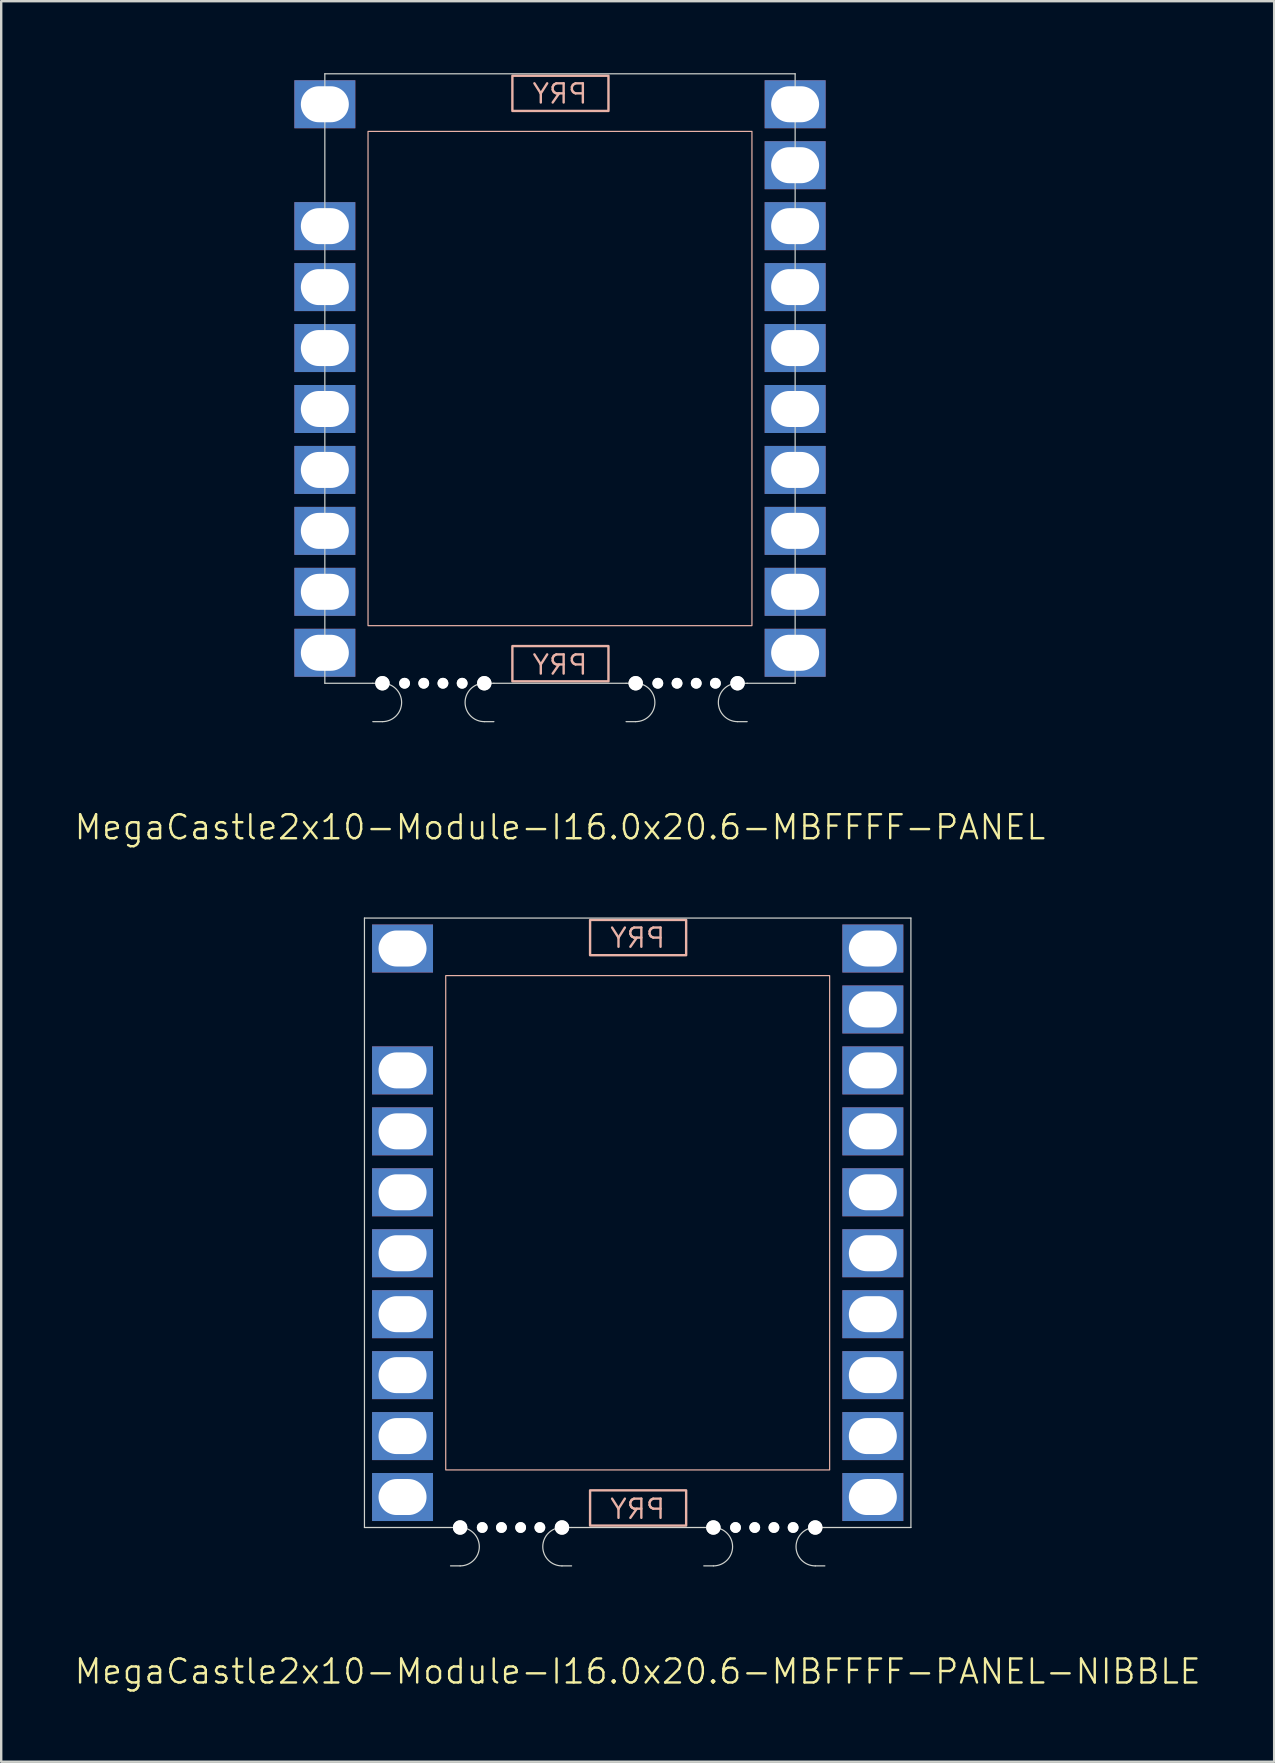
<source format=kicad_pcb>
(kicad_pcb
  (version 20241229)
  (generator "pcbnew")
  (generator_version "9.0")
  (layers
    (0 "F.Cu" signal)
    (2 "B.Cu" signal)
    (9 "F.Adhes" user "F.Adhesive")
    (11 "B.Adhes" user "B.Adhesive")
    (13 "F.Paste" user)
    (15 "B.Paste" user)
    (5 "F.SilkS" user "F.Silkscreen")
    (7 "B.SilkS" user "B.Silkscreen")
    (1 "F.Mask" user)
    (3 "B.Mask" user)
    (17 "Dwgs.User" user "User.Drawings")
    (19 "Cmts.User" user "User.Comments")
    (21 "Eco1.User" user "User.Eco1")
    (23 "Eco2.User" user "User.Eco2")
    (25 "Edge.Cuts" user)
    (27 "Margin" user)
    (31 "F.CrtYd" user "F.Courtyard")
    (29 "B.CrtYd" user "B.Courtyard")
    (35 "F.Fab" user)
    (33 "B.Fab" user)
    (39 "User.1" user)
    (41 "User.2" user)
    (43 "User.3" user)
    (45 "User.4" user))
  (footprint "MegaCastle2x10-Module-I16.0x20.6-MBFFFF-PANEL"
    (layer "F.Cu")
    (at 20.288 12.725)
    (property "Reference" "MegaCastle2x10-Module-I16.0x20.6-MBFFFF-PANEL" (at 0 18.7 0) (unlocked yes) (layer "F.SilkS") (effects (font (size 1 1) (thickness 0.1))))
    (attr smd)
    (fp_rect (start -8 10.3) (end 8 -10.3) (stroke (width 0.05) (type default)) (fill no) (layer "B.SilkS"))
    (fp_rect (start -1.984 -11.151) (end 2.02 -12.62) (stroke (width 0.1) (type default)) (fill no) (layer "B.SilkS"))
    (fp_rect (start -1.984 11.151) (end 2.02 12.62) (stroke (width 0.1) (type default)) (fill no) (layer "B.SilkS"))
    (fp_line (start -9.8 -12.7) (end -9.8 12.7) (stroke (width 0.05) (type default)) (layer "Edge.Cuts"))
    (fp_line (start -9.8 -12.7) (end 9.8 -12.7) (stroke (width 0.05) (type default)) (layer "Edge.Cuts"))
    (fp_line (start -9.8 12.7) (end -7.8 12.7) (stroke (width 0.05) (type default)) (layer "Edge.Cuts"))
    (fp_line (start -7.8 12.7) (end -7.4 12.7) (stroke (width 0.05) (type default)) (layer "Edge.Cuts"))
    (fp_line (start -7.8 14.3) (end -7.4 14.3) (stroke (width 0.05) (type default)) (layer "Edge.Cuts"))
    (fp_line (start -2.755 12.7) (end -3.155 12.7) (stroke (width 0.05) (type default)) (layer "Edge.Cuts"))
    (fp_line (start -2.755 12.7) (end 2.755 12.7) (stroke (width 0.05) (type default)) (layer "Edge.Cuts"))
    (fp_line (start -2.755 14.3) (end -3.155 14.3) (stroke (width 0.05) (type default)) (layer "Edge.Cuts"))
    (fp_line (start 2.755 12.7) (end 3.155 12.7) (stroke (width 0.05) (type default)) (layer "Edge.Cuts"))
    (fp_line (start 2.755 14.3) (end 3.155 14.3) (stroke (width 0.05) (type default)) (layer "Edge.Cuts"))
    (fp_line (start 7.8 12.7) (end 7.4 12.7) (stroke (width 0.05) (type default)) (layer "Edge.Cuts"))
    (fp_line (start 7.8 12.7) (end 9.8 12.7) (stroke (width 0.05) (type default)) (layer "Edge.Cuts"))
    (fp_line (start 7.8 14.3) (end 7.4 14.3) (stroke (width 0.05) (type default)) (layer "Edge.Cuts"))
    (fp_line (start 9.8 -12.7) (end 9.8 12.7) (stroke (width 0.05) (type default)) (layer "Edge.Cuts"))
    (fp_arc (start -7.4 12.7) (mid -6.6 13.5) (end -7.4 14.3) (stroke (width 0.05) (type default)) (layer "Edge.Cuts"))
    (fp_arc (start -3.155 14.3) (mid -3.955 13.5) (end -3.155 12.7) (stroke (width 0.05) (type default)) (layer "Edge.Cuts"))
    (fp_arc (start 3.155 12.7) (mid 3.955 13.5) (end 3.155 14.3) (stroke (width 0.05) (type default)) (layer "Edge.Cuts"))
    (fp_arc (start 7.400001 14.3) (mid 6.6 13.5) (end 7.400001 12.7) (stroke (width 0.05) (type default)) (layer "Edge.Cuts"))
    (fp_text user "PRY" (at 0 12.4 0) (unlocked yes) (layer "B.SilkS") (effects (font (size 0.8 0.8) (thickness 0.1)) (justify bottom mirror)))
    (fp_text user "PRY" (at 0 -11.4 0) (unlocked yes) (layer "B.SilkS") (effects (font (size 0.8 0.8) (thickness 0.1)) (justify bottom mirror)))
    (pad "" np_thru_hole circle (at -7.4 12.7) (size 0.6 0.6) (drill 0.6) (layers "*.Cu" "Edge.Cuts"))
    (pad "" np_thru_hole circle (at -6.478 12.7) (size 0.45 0.45) (drill 0.45) (layers "*.Cu" "Edge.Cuts"))
    (pad "" np_thru_hole circle (at -5.678 12.7) (size 0.45 0.45) (drill 0.45) (layers "*.Cu" "Edge.Cuts"))
    (pad "" np_thru_hole circle (at -4.878 12.7) (size 0.45 0.45) (drill 0.45) (layers "*.Cu" "Edge.Cuts"))
    (pad "" np_thru_hole circle (at -4.077 12.7) (size 0.45 0.45) (drill 0.45) (layers "*.Cu" "Edge.Cuts"))
    (pad "" np_thru_hole circle (at -3.155 12.7) (size 0.6 0.6) (drill 0.6) (layers "*.Cu" "Edge.Cuts"))
    (pad "" np_thru_hole circle (at 3.155 12.7) (size 0.6 0.6) (drill 0.6) (layers "*.Cu" "Edge.Cuts"))
    (pad "" np_thru_hole circle (at 4.077 12.7) (size 0.45 0.45) (drill 0.45) (layers "*.Cu" "Edge.Cuts"))
    (pad "" np_thru_hole circle (at 4.878 12.7) (size 0.45 0.45) (drill 0.45) (layers "*.Cu" "Edge.Cuts"))
    (pad "" np_thru_hole circle (at 5.678 12.7) (size 0.45 0.45) (drill 0.45) (layers "*.Cu" "Edge.Cuts"))
    (pad "" np_thru_hole circle (at 6.478 12.7) (size 0.45 0.45) (drill 0.45) (layers "*.Cu" "Edge.Cuts"))
    (pad "" np_thru_hole circle (at 7.4 12.7) (size 0.6 0.6) (drill 0.6) (layers "*.Cu" "Edge.Cuts"))
    (pad "1" thru_hole rect (at -9.8 -11.43) (size 2.54 2) (drill oval 2 1.5) (property pad_prop_castellated) (layers "*.Cu" "*.Mask"))
    (pad "3" thru_hole rect (at -9.8 -6.35) (size 2.54 2) (drill oval 2 1.5) (property pad_prop_castellated) (layers "*.Cu" "*.Mask"))
    (pad "4" thru_hole rect (at -9.8 -3.81) (size 2.54 2) (drill oval 2 1.5) (property pad_prop_castellated) (layers "*.Cu" "*.Mask"))
    (pad "5" thru_hole rect (at -9.8 -1.27) (size 2.54 2) (drill oval 2 1.5) (property pad_prop_castellated) (layers "*.Cu" "*.Mask"))
    (pad "6" thru_hole rect (at -9.8 1.27) (size 2.54 2) (drill oval 2 1.5) (property pad_prop_castellated) (layers "*.Cu" "*.Mask"))
    (pad "7" thru_hole rect (at -9.8 3.81) (size 2.54 2) (drill oval 2 1.5) (property pad_prop_castellated) (layers "*.Cu" "*.Mask"))
    (pad "8" thru_hole rect (at -9.8 6.35) (size 2.54 2) (drill oval 2 1.5) (property pad_prop_castellated) (layers "*.Cu" "*.Mask"))
    (pad "9" thru_hole rect (at -9.8 8.89) (size 2.54 2) (drill oval 2 1.5) (property pad_prop_castellated) (layers "*.Cu" "*.Mask"))
    (pad "10" thru_hole rect (at -9.8 11.43) (size 2.54 2) (drill oval 2 1.5) (property pad_prop_castellated) (layers "*.Cu" "*.Mask"))
    (pad "11" thru_hole rect (at 9.8 -11.43) (size 2.54 2) (drill oval 2 1.5) (property pad_prop_castellated) (layers "*.Cu" "*.Mask"))
    (pad "12" thru_hole rect (at 9.8 -8.89) (size 2.54 2) (drill oval 2 1.5) (property pad_prop_castellated) (layers "*.Cu" "*.Mask"))
    (pad "13" thru_hole rect (at 9.8 -6.35) (size 2.54 2) (drill oval 2 1.5) (property pad_prop_castellated) (layers "*.Cu" "*.Mask"))
    (pad "14" thru_hole rect (at 9.8 -3.81) (size 2.54 2) (drill oval 2 1.5) (property pad_prop_castellated) (layers "*.Cu" "*.Mask"))
    (pad "15" thru_hole rect (at 9.8 -1.27) (size 2.54 2) (drill oval 2 1.5) (property pad_prop_castellated) (layers "*.Cu" "*.Mask"))
    (pad "16" thru_hole rect (at 9.8 1.27) (size 2.54 2) (drill oval 2 1.5) (property pad_prop_castellated) (layers "*.Cu" "*.Mask"))
    (pad "17" thru_hole rect (at 9.8 3.81) (size 2.54 2) (drill oval 2 1.5) (property pad_prop_castellated) (layers "*.Cu" "*.Mask"))
    (pad "18" thru_hole rect (at 9.8 6.35) (size 2.54 2) (drill oval 2 1.5) (property pad_prop_castellated) (layers "*.Cu" "*.Mask"))
    (pad "19" thru_hole rect (at 9.8 8.89) (size 2.54 2) (drill oval 2 1.5) (property pad_prop_castellated) (layers "*.Cu" "*.Mask"))
    (pad "20" thru_hole rect (at 9.8 11.43) (size 2.54 2) (drill oval 2 1.5) (property pad_prop_castellated) (layers "*.Cu" "*.Mask"))
    (zone (net_name "") (layer "B.Cu") (hatch edge 0.5) (connect_pads) (min_thickness 0.25) (filled_areas_thickness no) (keepout (tracks allowed) (vias allowed) (pads allowed) (copperpour allowed) (footprints not_allowed)) (placement (enabled no)) (fill) (polygon (pts (xy 10.488 25.425) (xy 10.488 0.025) (xy 12.288 0.025) (xy 12.288 25.425))))
    (zone (net_name "") (layer "B.Cu") (hatch edge 0.5) (connect_pads) (min_thickness 0.25) (filled_areas_thickness no) (keepout (tracks allowed) (vias allowed) (pads allowed) (copperpour allowed) (footprints not_allowed)) (placement (enabled no)) (fill) (polygon (pts (xy 12.288 0.025) (xy 12.288 2.425) (xy 28.288 2.425) (xy 28.288 0.025))))
    (zone (net_name "") (layer "B.Cu") (hatch edge 0.5) (connect_pads) (min_thickness 0.25) (filled_areas_thickness no) (keepout (tracks allowed) (vias allowed) (pads allowed) (copperpour allowed) (footprints not_allowed)) (placement (enabled no)) (fill) (polygon (pts (xy 12.288 25.425) (xy 12.288 23.025) (xy 28.288 23.025) (xy 28.288 25.425))))
    (zone (net_name "") (layer "B.Cu") (name "Upper Pry Zone") (hatch edge 0.5) (connect_pads) (min_thickness 0.25) (filled_areas_thickness no) (keepout (tracks not_allowed) (vias not_allowed) (pads not_allowed) (copperpour allowed) (footprints not_allowed)) (placement (enabled no)) (fill) (polygon (pts (xy 18.304 1.574) (xy 18.304 0.105) (xy 22.308 0.105) (xy 22.308 1.574))))
    (zone (net_name "") (layer "B.Cu") (name "Upper Pry Zone") (hatch edge 0.5) (connect_pads) (min_thickness 0.25) (filled_areas_thickness no) (keepout (tracks not_allowed) (vias not_allowed) (pads not_allowed) (copperpour allowed) (footprints not_allowed)) (placement (enabled no)) (fill) (polygon (pts (xy 18.304 23.876) (xy 18.304 25.345) (xy 22.308 25.345) (xy 22.308 23.876))))
    (zone (net_name "") (layer "B.Cu") (hatch edge 0.5) (connect_pads) (min_thickness 0.25) (filled_areas_thickness no) (keepout (tracks allowed) (vias allowed) (pads allowed) (copperpour allowed) (footprints not_allowed)) (placement (enabled no)) (fill) (polygon (pts (xy 30.088 25.425) (xy 30.088 0.025) (xy 28.288 0.025) (xy 28.288 25.425)))))
  (footprint "MegaCastle2x10-Module-I16.0x20.6-MBFFFF-PANEL-NIBBLE"
    (layer "F.Cu")
    (at 23.526 47.91)
    (property "Reference" "MegaCastle2x10-Module-I16.0x20.6-MBFFFF-PANEL-NIBBLE" (at 0 18.7 0) (unlocked yes) (layer "F.SilkS") (effects (font (size 1 1) (thickness 0.1))))
    (attr smd)
    (fp_rect (start -8 10.3) (end 8 -10.3) (stroke (width 0.05) (type default)) (fill no) (layer "B.SilkS"))
    (fp_rect (start -1.984 -11.151) (end 2.02 -12.62) (stroke (width 0.1) (type default)) (fill no) (layer "B.SilkS"))
    (fp_rect (start -1.984 11.151) (end 2.02 12.62) (stroke (width 0.1) (type default)) (fill no) (layer "B.SilkS"))
    (fp_line (start -11.387 -12.7) (end -11.387 12.7) (stroke (width 0.05) (type default)) (layer "Edge.Cuts"))
    (fp_line (start -11.387 -12.7) (end 11.387 -12.7) (stroke (width 0.05) (type default)) (layer "Edge.Cuts"))
    (fp_line (start -11.387 12.7) (end -7.8 12.7) (stroke (width 0.05) (type default)) (layer "Edge.Cuts"))
    (fp_line (start -7.8 12.7) (end -7.4 12.7) (stroke (width 0.05) (type default)) (layer "Edge.Cuts"))
    (fp_line (start -7.8 14.3) (end -7.4 14.3) (stroke (width 0.05) (type default)) (layer "Edge.Cuts"))
    (fp_line (start -2.755 12.7) (end -3.155 12.7) (stroke (width 0.05) (type default)) (layer "Edge.Cuts"))
    (fp_line (start -2.755 12.7) (end 2.755 12.7) (stroke (width 0.05) (type default)) (layer "Edge.Cuts"))
    (fp_line (start -2.755 14.3) (end -3.155 14.3) (stroke (width 0.05) (type default)) (layer "Edge.Cuts"))
    (fp_line (start 2.755 12.7) (end 3.155 12.7) (stroke (width 0.05) (type default)) (layer "Edge.Cuts"))
    (fp_line (start 2.755 14.3) (end 3.155 14.3) (stroke (width 0.05) (type default)) (layer "Edge.Cuts"))
    (fp_line (start 7.8 12.7) (end 7.4 12.7) (stroke (width 0.05) (type default)) (layer "Edge.Cuts"))
    (fp_line (start 7.8 12.7) (end 11.387 12.7) (stroke (width 0.05) (type default)) (layer "Edge.Cuts"))
    (fp_line (start 7.8 14.3) (end 7.4 14.3) (stroke (width 0.05) (type default)) (layer "Edge.Cuts"))
    (fp_line (start 11.387 -12.7) (end 11.387 12.7) (stroke (width 0.05) (type default)) (layer "Edge.Cuts"))
    (fp_arc (start -7.4 12.7) (mid -6.6 13.5) (end -7.4 14.3) (stroke (width 0.05) (type default)) (layer "Edge.Cuts"))
    (fp_arc (start -3.155 14.3) (mid -3.955 13.5) (end -3.155 12.7) (stroke (width 0.05) (type default)) (layer "Edge.Cuts"))
    (fp_arc (start 3.155 12.7) (mid 3.955 13.5) (end 3.155 14.3) (stroke (width 0.05) (type default)) (layer "Edge.Cuts"))
    (fp_arc (start 7.400001 14.3) (mid 6.6 13.5) (end 7.400001 12.7) (stroke (width 0.05) (type default)) (layer "Edge.Cuts"))
    (fp_text user "PRY" (at 0 12.4 0) (unlocked yes) (layer "B.SilkS") (effects (font (size 0.8 0.8) (thickness 0.1)) (justify bottom mirror)))
    (fp_text user "PRY" (at 0 -11.4 0) (unlocked yes) (layer "B.SilkS") (effects (font (size 0.8 0.8) (thickness 0.1)) (justify bottom mirror)))
    (pad "" np_thru_hole circle (at -7.4 12.7) (size 0.6 0.6) (drill 0.6) (layers "*.Cu" "Edge.Cuts"))
    (pad "" np_thru_hole circle (at -6.478 12.7) (size 0.45 0.45) (drill 0.45) (layers "*.Cu" "Edge.Cuts"))
    (pad "" np_thru_hole circle (at -5.678 12.7) (size 0.45 0.45) (drill 0.45) (layers "*.Cu" "Edge.Cuts"))
    (pad "" np_thru_hole circle (at -4.878 12.7) (size 0.45 0.45) (drill 0.45) (layers "*.Cu" "Edge.Cuts"))
    (pad "" np_thru_hole circle (at -4.077 12.7) (size 0.45 0.45) (drill 0.45) (layers "*.Cu" "Edge.Cuts"))
    (pad "" np_thru_hole circle (at -3.155 12.7) (size 0.6 0.6) (drill 0.6) (layers "*.Cu" "Edge.Cuts"))
    (pad "" np_thru_hole circle (at 3.155 12.7) (size 0.6 0.6) (drill 0.6) (layers "*.Cu" "Edge.Cuts"))
    (pad "" np_thru_hole circle (at 4.077 12.7) (size 0.45 0.45) (drill 0.45) (layers "*.Cu" "Edge.Cuts"))
    (pad "" np_thru_hole circle (at 4.878 12.7) (size 0.45 0.45) (drill 0.45) (layers "*.Cu" "Edge.Cuts"))
    (pad "" np_thru_hole circle (at 5.678 12.7) (size 0.45 0.45) (drill 0.45) (layers "*.Cu" "Edge.Cuts"))
    (pad "" np_thru_hole circle (at 6.478 12.7) (size 0.45 0.45) (drill 0.45) (layers "*.Cu" "Edge.Cuts"))
    (pad "" np_thru_hole circle (at 7.4 12.7) (size 0.6 0.6) (drill 0.6) (layers "*.Cu" "Edge.Cuts"))
    (pad "1" thru_hole rect (at -9.8 -11.43) (size 2.54 2) (drill oval 2 1.5) (property pad_prop_castellated) (layers "*.Cu" "*.Mask"))
    (pad "3" thru_hole rect (at -9.8 -6.35) (size 2.54 2) (drill oval 2 1.5) (property pad_prop_castellated) (layers "*.Cu" "*.Mask"))
    (pad "4" thru_hole rect (at -9.8 -3.81) (size 2.54 2) (drill oval 2 1.5) (property pad_prop_castellated) (layers "*.Cu" "*.Mask"))
    (pad "5" thru_hole rect (at -9.8 -1.27) (size 2.54 2) (drill oval 2 1.5) (property pad_prop_castellated) (layers "*.Cu" "*.Mask"))
    (pad "6" thru_hole rect (at -9.8 1.27) (size 2.54 2) (drill oval 2 1.5) (property pad_prop_castellated) (layers "*.Cu" "*.Mask"))
    (pad "7" thru_hole rect (at -9.8 3.81) (size 2.54 2) (drill oval 2 1.5) (property pad_prop_castellated) (layers "*.Cu" "*.Mask"))
    (pad "8" thru_hole rect (at -9.8 6.35) (size 2.54 2) (drill oval 2 1.5) (property pad_prop_castellated) (layers "*.Cu" "*.Mask"))
    (pad "9" thru_hole rect (at -9.8 8.89) (size 2.54 2) (drill oval 2 1.5) (property pad_prop_castellated) (layers "*.Cu" "*.Mask"))
    (pad "10" thru_hole rect (at -9.8 11.43) (size 2.54 2) (drill oval 2 1.5) (property pad_prop_castellated) (layers "*.Cu" "*.Mask"))
    (pad "11" thru_hole rect (at 9.8 -11.43) (size 2.54 2) (drill oval 2 1.5) (property pad_prop_castellated) (layers "*.Cu" "*.Mask"))
    (pad "12" thru_hole rect (at 9.8 -8.89) (size 2.54 2) (drill oval 2 1.5) (property pad_prop_castellated) (layers "*.Cu" "*.Mask"))
    (pad "13" thru_hole rect (at 9.8 -6.35) (size 2.54 2) (drill oval 2 1.5) (property pad_prop_castellated) (layers "*.Cu" "*.Mask"))
    (pad "14" thru_hole rect (at 9.8 -3.81) (size 2.54 2) (drill oval 2 1.5) (property pad_prop_castellated) (layers "*.Cu" "*.Mask"))
    (pad "15" thru_hole rect (at 9.8 -1.27) (size 2.54 2) (drill oval 2 1.5) (property pad_prop_castellated) (layers "*.Cu" "*.Mask"))
    (pad "16" thru_hole rect (at 9.8 1.27) (size 2.54 2) (drill oval 2 1.5) (property pad_prop_castellated) (layers "*.Cu" "*.Mask"))
    (pad "17" thru_hole rect (at 9.8 3.81) (size 2.54 2) (drill oval 2 1.5) (property pad_prop_castellated) (layers "*.Cu" "*.Mask"))
    (pad "18" thru_hole rect (at 9.8 6.35) (size 2.54 2) (drill oval 2 1.5) (property pad_prop_castellated) (layers "*.Cu" "*.Mask"))
    (pad "19" thru_hole rect (at 9.8 8.89) (size 2.54 2) (drill oval 2 1.5) (property pad_prop_castellated) (layers "*.Cu" "*.Mask"))
    (pad "20" thru_hole rect (at 9.8 11.43) (size 2.54 2) (drill oval 2 1.5) (property pad_prop_castellated) (layers "*.Cu" "*.Mask"))
    (zone (net_name "") (layer "B.Cu") (hatch edge 0.5) (connect_pads) (min_thickness 0.25) (filled_areas_thickness no) (keepout (tracks allowed) (vias allowed) (pads allowed) (copperpour allowed) (footprints not_allowed)) (placement (enabled no)) (fill) (polygon (pts (xy 13.726 60.611) (xy 13.726 35.211) (xy 15.526 35.211) (xy 15.526 60.611))))
    (zone (net_name "") (layer "B.Cu") (hatch edge 0.5) (connect_pads) (min_thickness 0.25) (filled_areas_thickness no) (keepout (tracks allowed) (vias allowed) (pads allowed) (copperpour allowed) (footprints not_allowed)) (placement (enabled no)) (fill) (polygon (pts (xy 15.526 35.211) (xy 15.526 37.611) (xy 31.526 37.611) (xy 31.526 35.211))))
    (zone (net_name "") (layer "B.Cu") (hatch edge 0.5) (connect_pads) (min_thickness 0.25) (filled_areas_thickness no) (keepout (tracks allowed) (vias allowed) (pads allowed) (copperpour allowed) (footprints not_allowed)) (placement (enabled no)) (fill) (polygon (pts (xy 15.526 60.611) (xy 15.526 58.211) (xy 31.526 58.211) (xy 31.526 60.611))))
    (zone (net_name "") (layer "B.Cu") (name "Upper Pry Zone") (hatch edge 0.5) (connect_pads) (min_thickness 0.25) (filled_areas_thickness no) (keepout (tracks not_allowed) (vias not_allowed) (pads not_allowed) (copperpour allowed) (footprints not_allowed)) (placement (enabled no)) (fill) (polygon (pts (xy 21.542 36.759) (xy 21.542 35.291) (xy 25.546 35.291) (xy 25.546 36.759))))
    (zone (net_name "") (layer "B.Cu") (name "Upper Pry Zone") (hatch edge 0.5) (connect_pads) (min_thickness 0.25) (filled_areas_thickness no) (keepout (tracks not_allowed) (vias not_allowed) (pads not_allowed) (copperpour allowed) (footprints not_allowed)) (placement (enabled no)) (fill) (polygon (pts (xy 21.542 59.062) (xy 21.542 60.531) (xy 25.546 60.531) (xy 25.546 59.062))))
    (zone (net_name "") (layer "B.Cu") (hatch edge 0.5) (connect_pads) (min_thickness 0.25) (filled_areas_thickness no) (keepout (tracks allowed) (vias allowed) (pads allowed) (copperpour allowed) (footprints not_allowed)) (placement (enabled no)) (fill) (polygon (pts (xy 33.326 60.611) (xy 33.326 35.211) (xy 31.526 35.211) (xy 31.526 60.611)))))
  (gr_rect
    (start -3 -3)
    (end 50.052 70.371)
    (stroke (width 0.1) (type default))
    (fill no)
    (layer "Edge.Cuts")))
</source>
